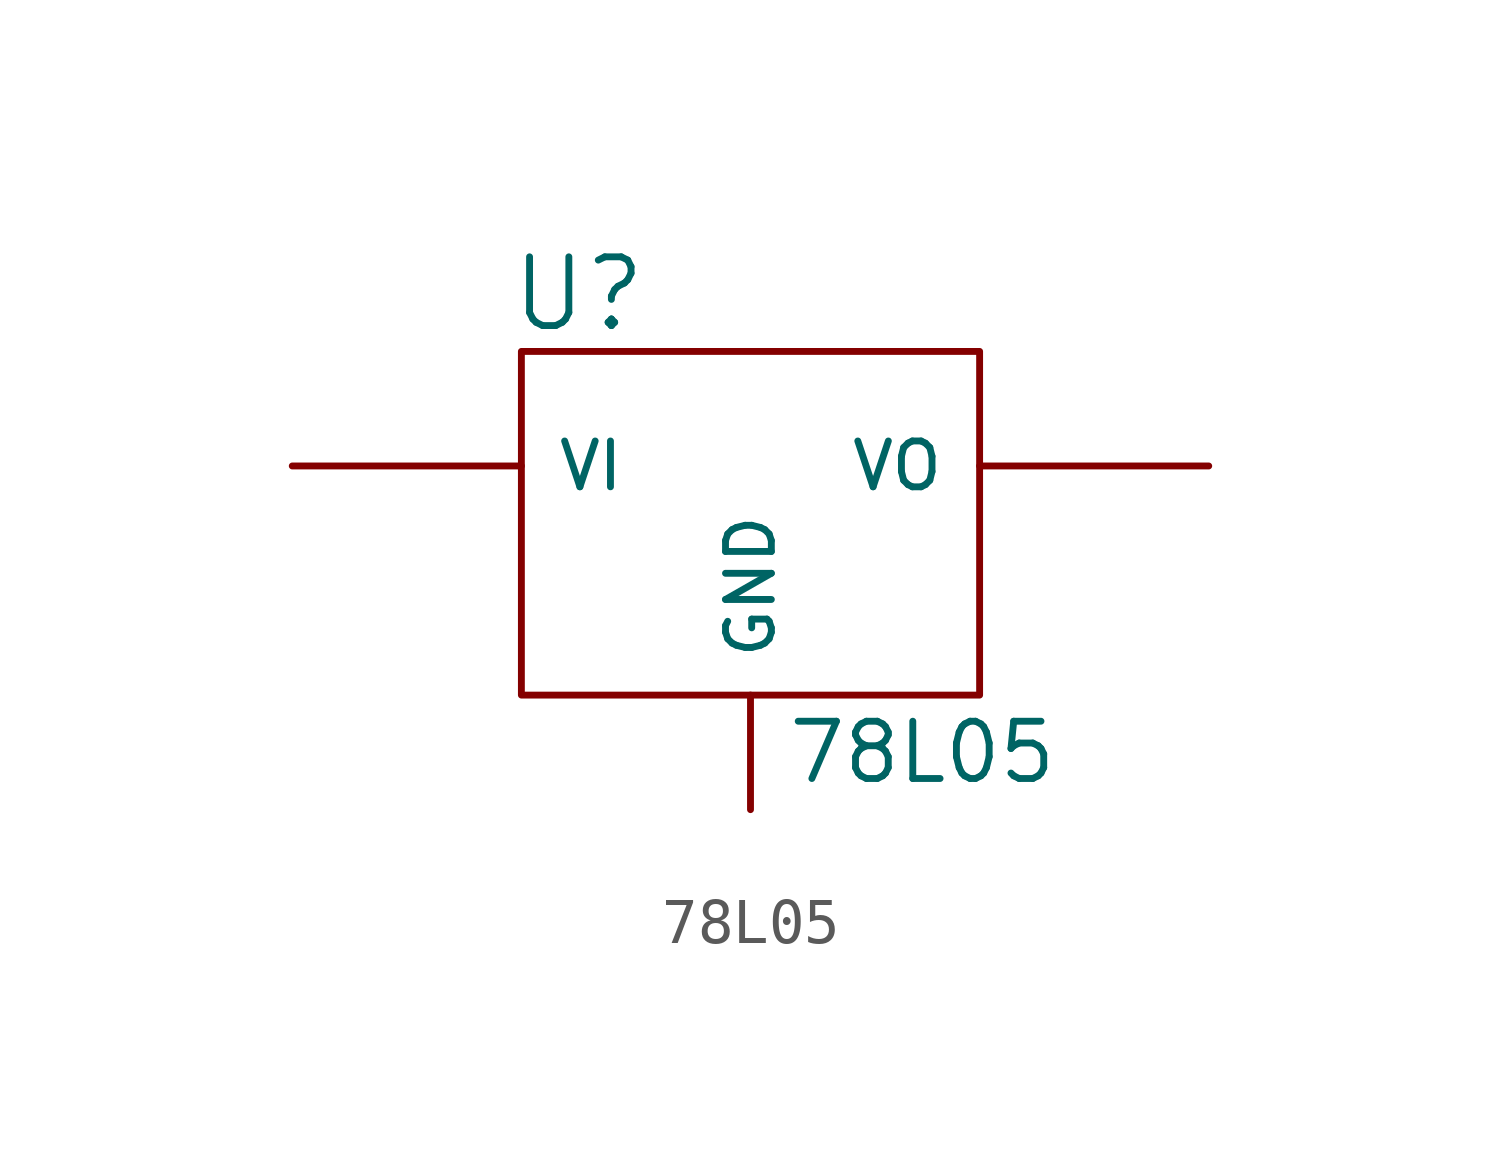
<source format=kicad_sym>
(kicad_symbol_lib
  (version 20220914)
  (generator kicad_symbol_editor)
  (symbol "78L05"
    (pin_numbers hide)
    (pin_names
      (offset 0.762))
    (property "Reference" "U"
      (at -3.81 5.08 0)
      (effects (font (size 1.524 1.524))))
    (property "Value" "78L05"
      (at 3.81 -5.08 0)
      (effects (font (size 1.27 1.27))))
    (symbol "78L05_0_1"
      (rectangle (start -5.08 -3.81) (end 5.08 3.81) (stroke (width 0) (type solid)) (fill (type none))))
    (symbol "78L05_1_1"
      (pin input line (at 0 -6.35 90) (length 2.54) (name "GND" (effects (font (size 1.016 1.016)))) (number "GND" (effects (font (size 1.016 1.016)))))
      (pin input line (at -10.16 1.27 0) (length 5.08) (name "VI" (effects (font (size 1.016 1.016)))) (number "VI" (effects (font (size 1.016 1.016)))))
      (pin input line (at 10.16 1.27 180) (length 5.08) (name "VO" (effects (font (size 1.016 1.016)))) (number "VO" (effects (font (size 1.016 1.016))))))))
</source>
